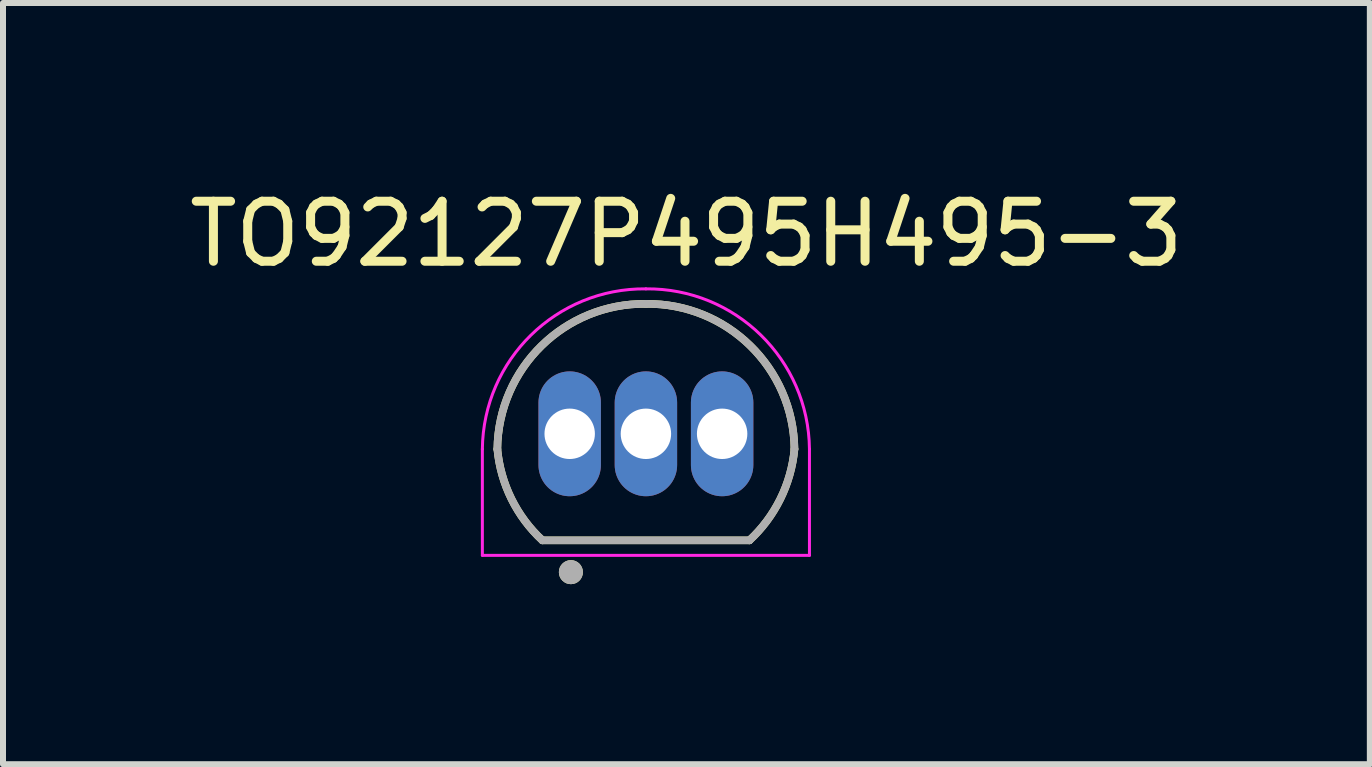
<source format=kicad_pcb>
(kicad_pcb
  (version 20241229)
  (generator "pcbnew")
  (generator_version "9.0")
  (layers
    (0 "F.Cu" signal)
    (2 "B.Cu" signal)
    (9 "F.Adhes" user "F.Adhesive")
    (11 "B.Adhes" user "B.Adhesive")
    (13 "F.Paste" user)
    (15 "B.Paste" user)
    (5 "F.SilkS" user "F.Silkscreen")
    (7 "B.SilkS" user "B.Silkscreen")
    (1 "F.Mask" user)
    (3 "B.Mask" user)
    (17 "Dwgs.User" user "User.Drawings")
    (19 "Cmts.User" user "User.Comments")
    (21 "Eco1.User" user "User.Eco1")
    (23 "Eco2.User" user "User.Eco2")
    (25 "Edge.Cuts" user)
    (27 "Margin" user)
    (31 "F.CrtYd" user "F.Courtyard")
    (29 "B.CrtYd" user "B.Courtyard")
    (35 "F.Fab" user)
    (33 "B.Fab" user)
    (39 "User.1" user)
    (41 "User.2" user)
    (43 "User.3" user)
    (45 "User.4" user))
  (footprint "TO92127P495H495-3"
    (layer "F.Cu")
    (at 7.712 4.178)
    (property "Reference" "TO92127P495H495-3" (at 0.675 -3.33 0) (layer "F.SilkS") (effects (font (size 1 1) (thickness 0.15))))
    (attr through_hole)
    (fp_line (start -1.725 1.775) (end 1.725 1.775) (stroke (width 0.127) (type solid)) (layer "F.SilkS"))
    (fp_arc (start -2.475 0.255) (mid -1.738698 -1.467589) (end 0 -2.165) (stroke (width 0.127) (type solid)) (layer "F.SilkS"))
    (fp_arc (start -1.725 1.775) (mid -2.240559 1.084355) (end -2.475 0.255) (stroke (width 0.127) (type solid)) (layer "F.SilkS"))
    (fp_arc (start 0 -2.165) (mid 1.738698 -1.467589) (end 2.475 0.255) (stroke (width 0.127) (type solid)) (layer "F.SilkS"))
    (fp_arc (start 2.475 0.255) (mid 2.240559 1.084355) (end 1.725 1.775) (stroke (width 0.127) (type solid)) (layer "F.SilkS"))
    (fp_circle (center -1.25 2.305) (end -1.15 2.305) (stroke (width 0.2) (type solid)) (fill no) (layer "F.SilkS"))
    (fp_line (start -2.725 0.255) (end -2.725 2.025) (stroke (width 0.05) (type solid)) (layer "F.CrtYd"))
    (fp_line (start -2.725 2.025) (end 2.725 2.025) (stroke (width 0.05) (type solid)) (layer "F.CrtYd"))
    (fp_line (start 2.725 2.025) (end 2.725 0.255) (stroke (width 0.05) (type solid)) (layer "F.CrtYd"))
    (fp_arc (start -2.725 0.255) (mid -1.915475 -1.644366) (end 0 -2.415) (stroke (width 0.05) (type solid)) (layer "F.CrtYd"))
    (fp_arc (start 0 -2.415) (mid 1.915475 -1.644366) (end 2.725 0.255) (stroke (width 0.05) (type solid)) (layer "F.CrtYd"))
    (fp_line (start -1.725 1.775) (end 1.725 1.775) (stroke (width 0.127) (type solid)) (layer "F.Fab"))
    (fp_arc (start -2.475 0.255) (mid -1.738698 -1.467589) (end 0 -2.165) (stroke (width 0.127) (type solid)) (layer "F.Fab"))
    (fp_arc (start -1.725 1.775) (mid -2.240559 1.084355) (end -2.475 0.255) (stroke (width 0.127) (type solid)) (layer "F.Fab"))
    (fp_arc (start 0 -2.165) (mid 1.738698 -1.467589) (end 2.475 0.255) (stroke (width 0.127) (type solid)) (layer "F.Fab"))
    (fp_arc (start 2.475 0.255) (mid 2.240559 1.084355) (end 1.725 1.775) (stroke (width 0.127) (type solid)) (layer "F.Fab"))
    (fp_circle (center -1.25 2.305) (end -1.15 2.305) (stroke (width 0.2) (type solid)) (fill no) (layer "F.Fab"))
    (pad "1" thru_hole oval (at -1.27 0) (size 1.04 2.08) (drill 0.84) (layers "*.Cu" "*.Mask"))
    (pad "2" thru_hole oval (at 0 0) (size 1.04 2.08) (drill 0.84) (layers "*.Cu" "*.Mask"))
    (pad "3" thru_hole oval (at 1.27 0) (size 1.04 2.08) (drill 0.84) (layers "*.Cu" "*.Mask")))
  (gr_rect
    (start -3 -3)
    (end 19.774 9.683)
    (stroke (width 0.1) (type default))
    (fill no)
    (layer "Edge.Cuts")))
</source>
